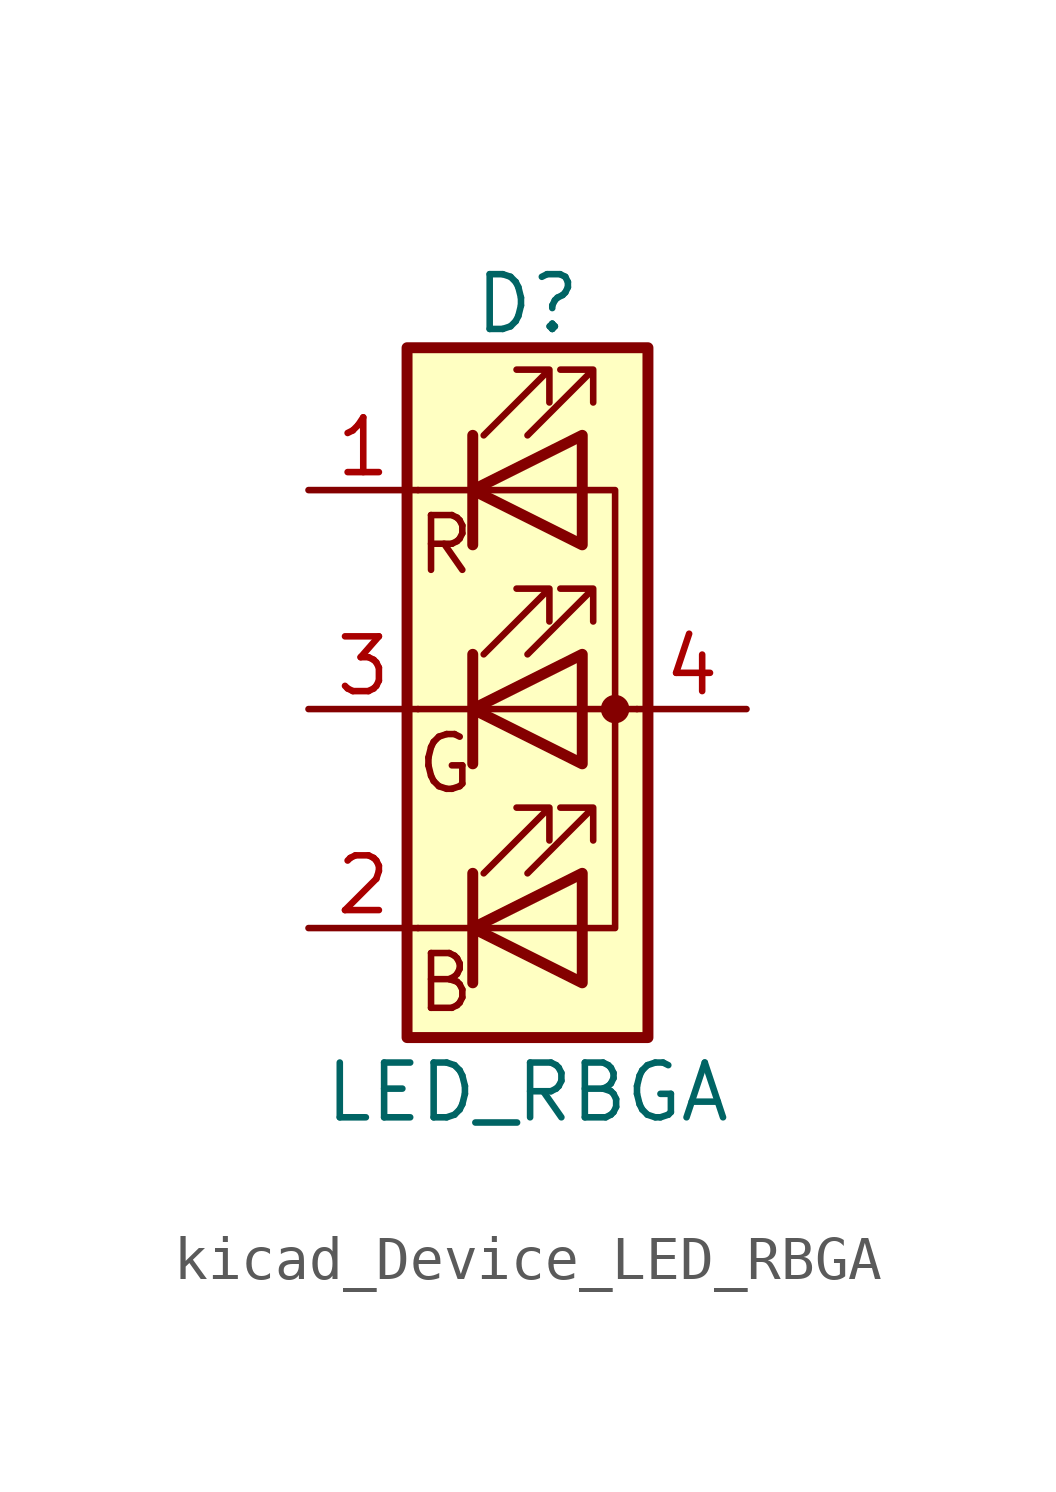
<source format=kicad_sym>
(kicad_symbol_lib
  (version 20220914)
  (generator kicad_symbol_editor)
  (symbol "kicad_Device_LED_RBGA"
    (pin_names
      (offset 0) hide)
    (property "Reference" "D"
      (at 0 9.398 0)
      (effects (font (size 1.27 1.27))))
    (property "Value" "LED_RBGA"
      (at 0 -8.89 0)
      (effects (font (size 1.27 1.27))))
    (symbol "kicad_Device_LED_RBGA_0_0"
      (text "B" (at -1.905 -6.35 0) (effects (font (size 1.27 1.27))))
      (text "G" (at -1.905 -1.27 0) (effects (font (size 1.27 1.27))))
      (text "R" (at -1.905 3.81 0) (effects (font (size 1.27 1.27)))))
    (symbol "kicad_Device_LED_RBGA_0_1"
      (polyline (pts (xy -1.27 -5.08) (xy -2.54 -5.08)) (stroke (width 0) (type default)) (fill (type none)))
      (polyline (pts (xy -1.27 -5.08) (xy 1.27 -5.08)) (stroke (width 0) (type default)) (fill (type none)))
      (polyline (pts (xy -1.27 -3.81) (xy -1.27 -6.35)) (stroke (width 0.254) (type default)) (fill (type none)))
      (polyline (pts (xy -1.27 0) (xy -2.54 0)) (stroke (width 0) (type default)) (fill (type none)))
      (polyline (pts (xy -1.27 1.27) (xy -1.27 -1.27)) (stroke (width 0.254) (type default)) (fill (type none)))
      (polyline (pts (xy -1.27 5.08) (xy -2.54 5.08)) (stroke (width 0) (type default)) (fill (type none)))
      (polyline (pts (xy -1.27 5.08) (xy 1.27 5.08)) (stroke (width 0) (type default)) (fill (type none)))
      (polyline (pts (xy -1.27 6.35) (xy -1.27 3.81)) (stroke (width 0.254) (type default)) (fill (type none)))
      (polyline (pts (xy 1.27 0) (xy -1.27 0)) (stroke (width 0) (type default)) (fill (type none)))
      (polyline (pts (xy 1.27 0) (xy 2.54 0)) (stroke (width 0) (type default)) (fill (type none)))
      (polyline (pts (xy -1.27 1.27) (xy -1.27 -1.27) (xy -1.27 -1.27)) (stroke (width 0) (type default)) (fill (type none)))
      (polyline (pts (xy -1.27 6.35) (xy -1.27 3.81) (xy -1.27 3.81)) (stroke (width 0) (type default)) (fill (type none)))
      (polyline (pts (xy 1.27 -5.08) (xy 2.032 -5.08) (xy 2.032 5.08) (xy 1.27 5.08)) (stroke (width 0) (type default)) (fill (type none)))
      (polyline (pts (xy 1.27 -3.81) (xy 1.27 -6.35) (xy -1.27 -5.08) (xy 1.27 -3.81)) (stroke (width 0.254) (type default)) (fill (type none)))
      (polyline (pts (xy 1.27 1.27) (xy 1.27 -1.27) (xy -1.27 0) (xy 1.27 1.27)) (stroke (width 0.254) (type default)) (fill (type none)))
      (polyline (pts (xy 1.27 6.35) (xy 1.27 3.81) (xy -1.27 5.08) (xy 1.27 6.35)) (stroke (width 0.254) (type default)) (fill (type none)))
      (polyline (pts (xy -1.016 -3.81) (xy 0.508 -2.286) (xy -0.254 -2.286) (xy 0.508 -2.286) (xy 0.508 -3.048)) (stroke (width 0) (type default)) (fill (type none)))
      (polyline (pts (xy -1.016 1.27) (xy 0.508 2.794) (xy -0.254 2.794) (xy 0.508 2.794) (xy 0.508 2.032)) (stroke (width 0) (type default)) (fill (type none)))
      (polyline (pts (xy -1.016 6.35) (xy 0.508 7.874) (xy -0.254 7.874) (xy 0.508 7.874) (xy 0.508 7.112)) (stroke (width 0) (type default)) (fill (type none)))
      (polyline (pts (xy 0 -3.81) (xy 1.524 -2.286) (xy 0.762 -2.286) (xy 1.524 -2.286) (xy 1.524 -3.048)) (stroke (width 0) (type default)) (fill (type none)))
      (polyline (pts (xy 0 1.27) (xy 1.524 2.794) (xy 0.762 2.794) (xy 1.524 2.794) (xy 1.524 2.032)) (stroke (width 0) (type default)) (fill (type none)))
      (polyline (pts (xy 0 6.35) (xy 1.524 7.874) (xy 0.762 7.874) (xy 1.524 7.874) (xy 1.524 7.112)) (stroke (width 0) (type default)) (fill (type none)))
      (rectangle (start 1.27 -1.27) (end 1.27 1.27) (stroke (width 0) (type default)) (fill (type none)))
      (rectangle (start 1.27 1.27) (end 1.27 1.27) (stroke (width 0) (type default)) (fill (type none)))
      (rectangle (start 1.27 3.81) (end 1.27 6.35) (stroke (width 0) (type default)) (fill (type none)))
      (rectangle (start 1.27 6.35) (end 1.27 6.35) (stroke (width 0) (type default)) (fill (type none)))
      (circle (center 2.032 0) (radius 0.254) (stroke (width 0) (type default)) (fill (type outline)))
      (rectangle (start 2.794 8.382) (end -2.794 -7.62) (stroke (width 0.254) (type default)) (fill (type background))))
    (symbol "kicad_Device_LED_RBGA_1_1"
      (pin passive line (at -5.08 5.08 0) (length 2.54) (name "RK" (effects (font (size 1.27 1.27)))) (number "1" (effects (font (size 1.27 1.27)))))
      (pin passive line (at -5.08 -5.08 0) (length 2.54) (name "BK" (effects (font (size 1.27 1.27)))) (number "2" (effects (font (size 1.27 1.27)))))
      (pin passive line (at -5.08 0 0) (length 2.54) (name "GK" (effects (font (size 1.27 1.27)))) (number "3" (effects (font (size 1.27 1.27)))))
      (pin passive line (at 5.08 0 180) (length 2.54) (name "A" (effects (font (size 1.27 1.27)))) (number "4" (effects (font (size 1.27 1.27))))))))
</source>
